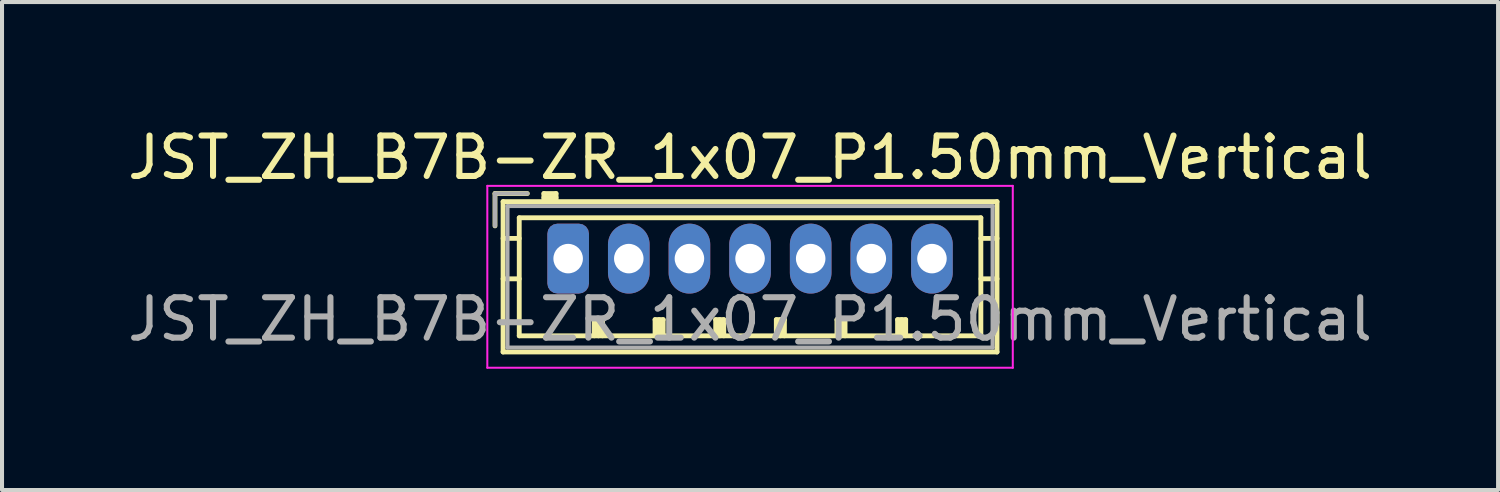
<source format=kicad_pcb>
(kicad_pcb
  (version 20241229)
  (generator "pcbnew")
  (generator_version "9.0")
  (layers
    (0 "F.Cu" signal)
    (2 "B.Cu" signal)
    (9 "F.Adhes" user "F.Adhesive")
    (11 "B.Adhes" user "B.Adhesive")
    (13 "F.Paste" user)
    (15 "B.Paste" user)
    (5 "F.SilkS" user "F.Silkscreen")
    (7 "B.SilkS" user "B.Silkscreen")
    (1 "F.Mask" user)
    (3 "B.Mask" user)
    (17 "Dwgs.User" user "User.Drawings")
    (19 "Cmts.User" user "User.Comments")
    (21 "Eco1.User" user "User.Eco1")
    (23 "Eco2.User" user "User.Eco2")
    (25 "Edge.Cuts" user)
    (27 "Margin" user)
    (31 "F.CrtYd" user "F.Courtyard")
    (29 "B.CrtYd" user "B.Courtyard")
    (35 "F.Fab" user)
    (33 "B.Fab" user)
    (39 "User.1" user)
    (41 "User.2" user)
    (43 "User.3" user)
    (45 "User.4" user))
  (footprint "JST_ZH_B7B-ZR_1x07_P1.50mm_Vertical"
    (layer "F.Cu")
    (at 11.006 3.348)
    (property "Reference" "JST_ZH_B7B-ZR_1x07_P1.50mm_Vertical" (at 4.5 -2.5 0) (layer "F.SilkS") (effects (font (size 1 1) (thickness 0.15))))
    (attr through_hole)
    (fp_line (start -1.81 -1.61) (end -1.81 -0.81) (stroke (width 0.12) (type solid)) (layer "F.SilkS"))
    (fp_line (start -1.61 -1.41) (end -1.61 2.31) (stroke (width 0.12) (type solid)) (layer "F.SilkS"))
    (fp_line (start -1.61 -0.5) (end -1.21 -0.5) (stroke (width 0.12) (type solid)) (layer "F.SilkS"))
    (fp_line (start -1.61 0.5) (end -1.21 0.5) (stroke (width 0.12) (type solid)) (layer "F.SilkS"))
    (fp_line (start -1.61 2.31) (end 10.61 2.31) (stroke (width 0.12) (type solid)) (layer "F.SilkS"))
    (fp_line (start -1.21 -1.01) (end -1.21 1.91) (stroke (width 0.12) (type solid)) (layer "F.SilkS"))
    (fp_line (start -1.21 1.91) (end 10.21 1.91) (stroke (width 0.12) (type solid)) (layer "F.SilkS"))
    (fp_line (start -1.01 -1.61) (end -1.81 -1.61) (stroke (width 0.12) (type solid)) (layer "F.SilkS"))
    (fp_line (start -0.6 -1.61) (end -0.6 -1.41) (stroke (width 0.12) (type solid)) (layer "F.SilkS"))
    (fp_line (start -0.3 -1.61) (end -0.6 -1.61) (stroke (width 0.12) (type solid)) (layer "F.SilkS"))
    (fp_line (start -0.3 -1.51) (end -0.6 -1.51) (stroke (width 0.12) (type solid)) (layer "F.SilkS"))
    (fp_line (start -0.3 -1.41) (end -0.3 -1.61) (stroke (width 0.12) (type solid)) (layer "F.SilkS"))
    (fp_line (start 0.65 1.51) (end 0.85 1.51) (stroke (width 0.12) (type solid)) (layer "F.SilkS"))
    (fp_line (start 0.65 1.91) (end 0.65 1.51) (stroke (width 0.12) (type solid)) (layer "F.SilkS"))
    (fp_line (start 0.75 1.91) (end 0.75 1.51) (stroke (width 0.12) (type solid)) (layer "F.SilkS"))
    (fp_line (start 0.85 1.51) (end 0.85 1.91) (stroke (width 0.12) (type solid)) (layer "F.SilkS"))
    (fp_line (start 2.15 1.51) (end 2.35 1.51) (stroke (width 0.12) (type solid)) (layer "F.SilkS"))
    (fp_line (start 2.15 1.91) (end 2.15 1.51) (stroke (width 0.12) (type solid)) (layer "F.SilkS"))
    (fp_line (start 2.25 1.91) (end 2.25 1.51) (stroke (width 0.12) (type solid)) (layer "F.SilkS"))
    (fp_line (start 2.35 1.51) (end 2.35 1.91) (stroke (width 0.12) (type solid)) (layer "F.SilkS"))
    (fp_line (start 3.65 1.51) (end 3.85 1.51) (stroke (width 0.12) (type solid)) (layer "F.SilkS"))
    (fp_line (start 3.65 1.91) (end 3.65 1.51) (stroke (width 0.12) (type solid)) (layer "F.SilkS"))
    (fp_line (start 3.75 1.91) (end 3.75 1.51) (stroke (width 0.12) (type solid)) (layer "F.SilkS"))
    (fp_line (start 3.85 1.51) (end 3.85 1.91) (stroke (width 0.12) (type solid)) (layer "F.SilkS"))
    (fp_line (start 5.15 1.51) (end 5.35 1.51) (stroke (width 0.12) (type solid)) (layer "F.SilkS"))
    (fp_line (start 5.15 1.91) (end 5.15 1.51) (stroke (width 0.12) (type solid)) (layer "F.SilkS"))
    (fp_line (start 5.25 1.91) (end 5.25 1.51) (stroke (width 0.12) (type solid)) (layer "F.SilkS"))
    (fp_line (start 5.35 1.51) (end 5.35 1.91) (stroke (width 0.12) (type solid)) (layer "F.SilkS"))
    (fp_line (start 6.65 1.51) (end 6.85 1.51) (stroke (width 0.12) (type solid)) (layer "F.SilkS"))
    (fp_line (start 6.65 1.91) (end 6.65 1.51) (stroke (width 0.12) (type solid)) (layer "F.SilkS"))
    (fp_line (start 6.75 1.91) (end 6.75 1.51) (stroke (width 0.12) (type solid)) (layer "F.SilkS"))
    (fp_line (start 6.85 1.51) (end 6.85 1.91) (stroke (width 0.12) (type solid)) (layer "F.SilkS"))
    (fp_line (start 8.15 1.51) (end 8.35 1.51) (stroke (width 0.12) (type solid)) (layer "F.SilkS"))
    (fp_line (start 8.15 1.91) (end 8.15 1.51) (stroke (width 0.12) (type solid)) (layer "F.SilkS"))
    (fp_line (start 8.25 1.91) (end 8.25 1.51) (stroke (width 0.12) (type solid)) (layer "F.SilkS"))
    (fp_line (start 8.35 1.51) (end 8.35 1.91) (stroke (width 0.12) (type solid)) (layer "F.SilkS"))
    (fp_line (start 10.21 -1.01) (end -1.21 -1.01) (stroke (width 0.12) (type solid)) (layer "F.SilkS"))
    (fp_line (start 10.21 1.91) (end 10.21 -1.01) (stroke (width 0.12) (type solid)) (layer "F.SilkS"))
    (fp_line (start 10.61 -1.41) (end -1.61 -1.41) (stroke (width 0.12) (type solid)) (layer "F.SilkS"))
    (fp_line (start 10.61 -0.5) (end 10.21 -0.5) (stroke (width 0.12) (type solid)) (layer "F.SilkS"))
    (fp_line (start 10.61 0.5) (end 10.21 0.5) (stroke (width 0.12) (type solid)) (layer "F.SilkS"))
    (fp_line (start 10.61 2.31) (end 10.61 -1.41) (stroke (width 0.12) (type solid)) (layer "F.SilkS"))
    (fp_line (start -2 -1.8) (end -2 2.7) (stroke (width 0.05) (type solid)) (layer "F.CrtYd"))
    (fp_line (start -2 2.7) (end 11 2.7) (stroke (width 0.05) (type solid)) (layer "F.CrtYd"))
    (fp_line (start 11 -1.8) (end -2 -1.8) (stroke (width 0.05) (type solid)) (layer "F.CrtYd"))
    (fp_line (start 11 2.7) (end 11 -1.8) (stroke (width 0.05) (type solid)) (layer "F.CrtYd"))
    (fp_line (start -1.81 -1.61) (end -1.81 -0.81) (stroke (width 0.1) (type solid)) (layer "F.Fab"))
    (fp_line (start -1.5 -1.3) (end -1.5 2.2) (stroke (width 0.1) (type solid)) (layer "F.Fab"))
    (fp_line (start -1.5 2.2) (end 10.5 2.2) (stroke (width 0.1) (type solid)) (layer "F.Fab"))
    (fp_line (start -1.01 -1.61) (end -1.81 -1.61) (stroke (width 0.1) (type solid)) (layer "F.Fab"))
    (fp_line (start 10.5 -1.3) (end -1.5 -1.3) (stroke (width 0.1) (type solid)) (layer "F.Fab"))
    (fp_line (start 10.5 2.2) (end 10.5 -1.3) (stroke (width 0.1) (type solid)) (layer "F.Fab"))
    (fp_text user "${REFERENCE}" (at 4.5 1.5 0) (layer "F.Fab") (effects (font (size 1 1) (thickness 0.15))))
    (pad "1" thru_hole roundrect (at 0 0) (size 1.03 1.73) (drill 0.73) (layers "*.Cu" "*.Mask") (roundrect_rratio 0.243))
    (pad "2" thru_hole oval (at 1.5 0) (size 1.03 1.73) (drill 0.73) (layers "*.Cu" "*.Mask"))
    (pad "3" thru_hole oval (at 3 0) (size 1.03 1.73) (drill 0.73) (layers "*.Cu" "*.Mask"))
    (pad "4" thru_hole oval (at 4.5 0) (size 1.03 1.73) (drill 0.73) (layers "*.Cu" "*.Mask"))
    (pad "5" thru_hole oval (at 6 0) (size 1.03 1.73) (drill 0.73) (layers "*.Cu" "*.Mask"))
    (pad "6" thru_hole oval (at 7.5 0) (size 1.03 1.73) (drill 0.73) (layers "*.Cu" "*.Mask"))
    (pad "7" thru_hole oval (at 9 0) (size 1.03 1.73) (drill 0.73) (layers "*.Cu" "*.Mask")))
  (gr_rect
    (start -3 -3)
    (end 34.012 9.073)
    (stroke (width 0.1) (type default))
    (fill no)
    (layer "Edge.Cuts")))
</source>
